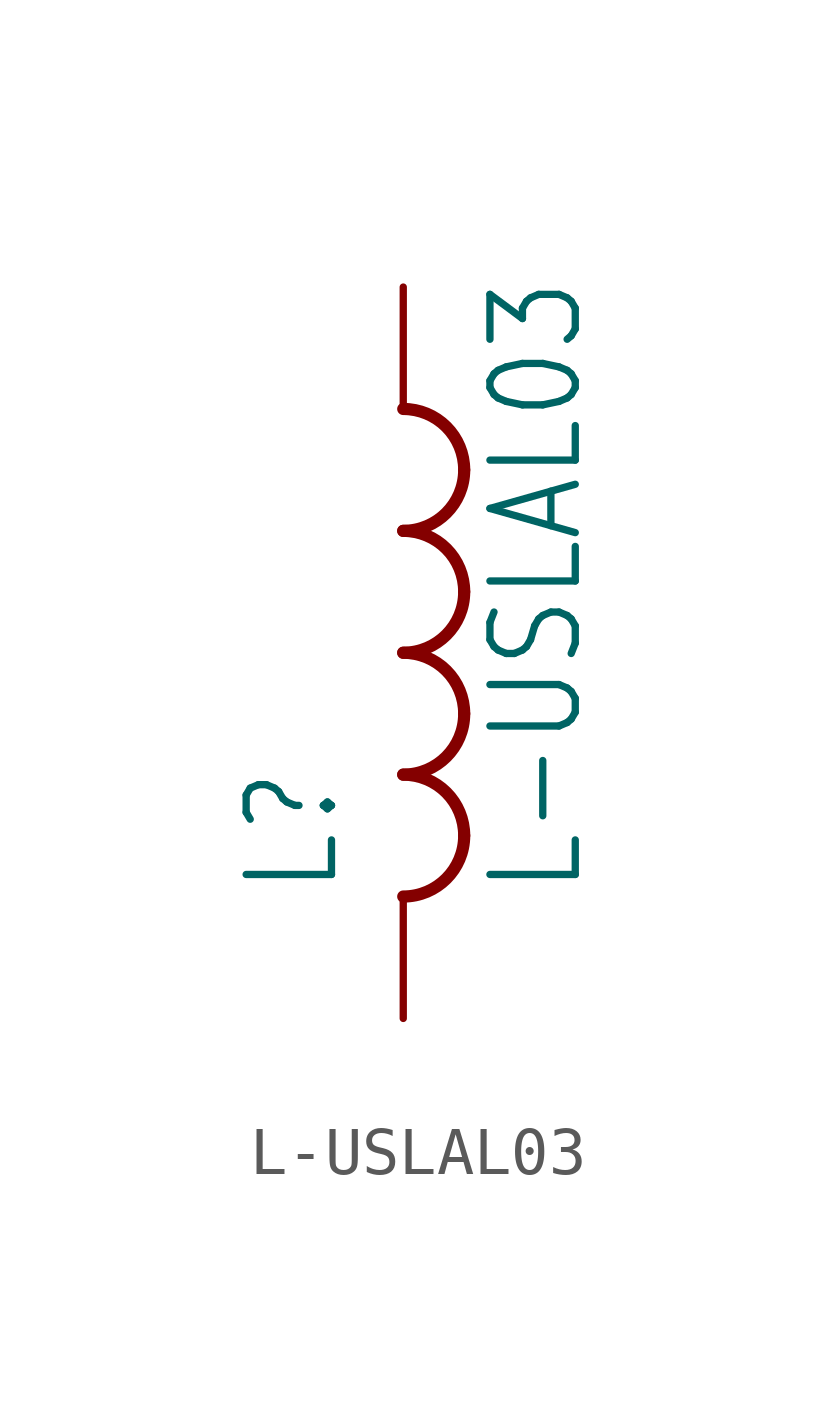
<source format=kicad_sym>
(kicad_symbol_lib
  (version 20211014)
  (generator kicad_symbol_editor)
  (symbol "L-USLAL03"
    (property "Reference" "L"
      (at -1.27 -5.08 90)
      (effects (font (size 1.778 1.511)) (justify left bottom)))
    (property "Value" "L-USLAL03"
      (at 3.81 -5.08 90)
      (effects (font (size 1.778 1.511)) (justify left bottom)))
    (property "ki_locked" ""
      (at 0 0 0)
      (effects (font (size 1.27 1.27))))
    (symbol "L-USLAL03_1_0"
      (arc (start 0 -5.08) (mid 0.898 -4.708) (end 1.27 -3.81) (stroke (width 0.254) (type default) (color 0 0 0 0)) (fill (type none)))
      (arc (start 0 -2.54) (mid 0.898 -2.168) (end 1.27 -1.27) (stroke (width 0.254) (type default) (color 0 0 0 0)) (fill (type none)))
      (arc (start 0 0) (mid 0.898 0.372) (end 1.27 1.27) (stroke (width 0.254) (type default) (color 0 0 0 0)) (fill (type none)))
      (arc (start 0 2.54) (mid 0.898 2.912) (end 1.27 3.81) (stroke (width 0.254) (type default) (color 0 0 0 0)) (fill (type none)))
      (arc (start 1.27 -3.81) (mid 0.898 -2.912) (end 0 -2.54) (stroke (width 0.254) (type default) (color 0 0 0 0)) (fill (type none)))
      (arc (start 1.27 -1.27) (mid 0.898 -0.372) (end 0 0) (stroke (width 0.254) (type default) (color 0 0 0 0)) (fill (type none)))
      (arc (start 1.27 1.27) (mid 0.898 2.168) (end 0 2.54) (stroke (width 0.254) (type default) (color 0 0 0 0)) (fill (type none)))
      (arc (start 1.27 3.81) (mid 0.898 4.708) (end 0 5.08) (stroke (width 0.254) (type default) (color 0 0 0 0)) (fill (type none)))
      (pin passive line (at 0 7.62 270) (length 2.54) (name "1" (effects (font (size 0 0)))) (number "1" (effects (font (size 0 0)))))
      (pin passive line (at 0 -7.62 90) (length 2.54) (name "2" (effects (font (size 0 0)))) (number "2" (effects (font (size 0 0))))))))
</source>
